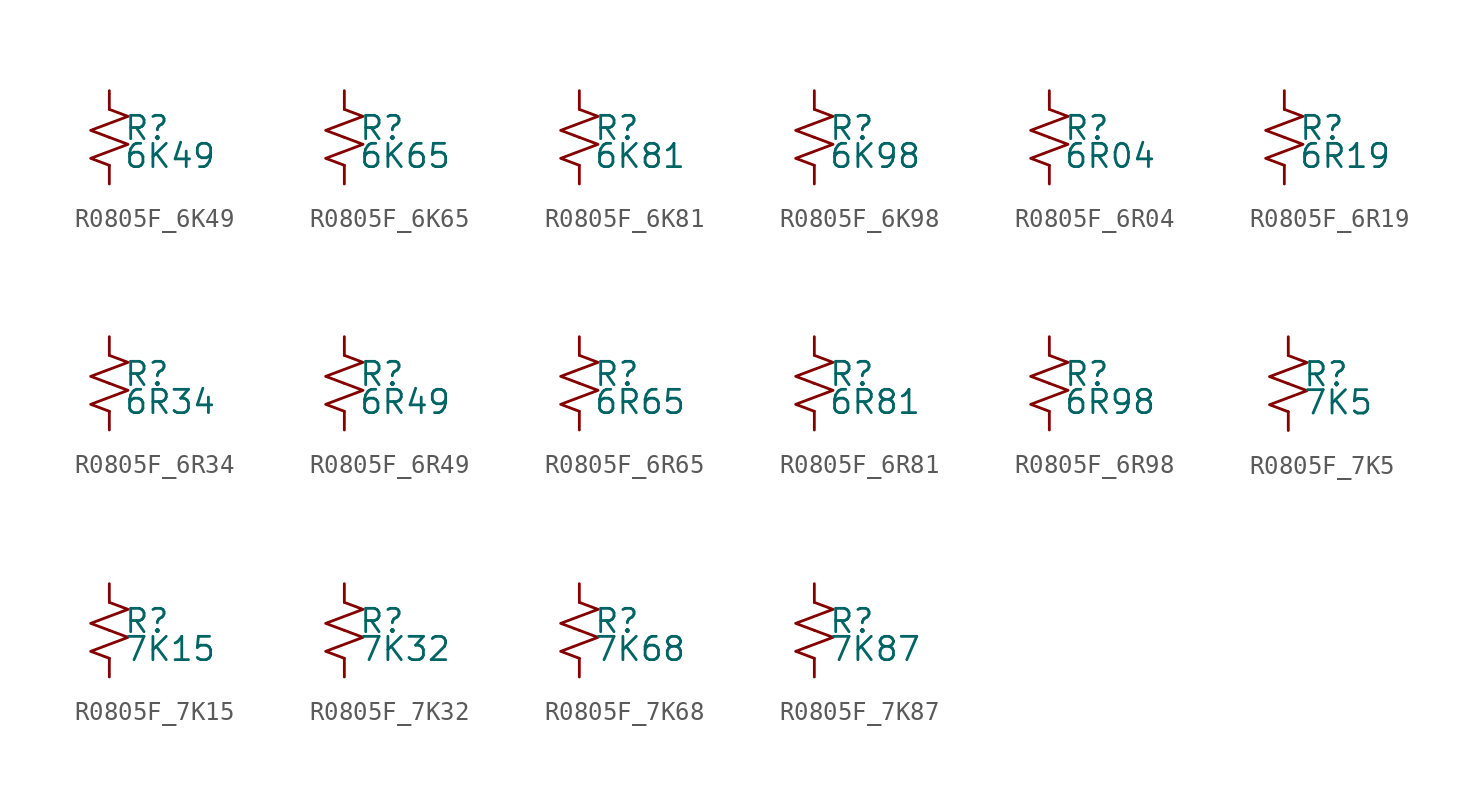
<source format=kicad_sym>
(kicad_symbol_lib
  (version 20220914)
  (generator kicad_symbol_editor)
  (symbol "R0805F_6K49"
    (pin_numbers hide)
    (pin_names
      (offset 0.254) hide)
    (property "Reference" "R"
      (at 0.762 0.508 0)
      (effects (font (size 1.27 1.27)) (justify left)))
    (property "Value" "6K49"
      (at 0.762 -1.016 0)
      (effects (font (size 1.27 1.27)) (justify left)))
    (symbol "R0805F_6K49_1_1"
      (polyline (pts (xy 0 0) (xy 1.016 -0.381) (xy 0 -0.762) (xy -1.016 -1.143) (xy 0 -1.524)) (stroke (width 0) (type default)) (fill (type none)))
      (polyline (pts (xy 0 1.524) (xy 1.016 1.143) (xy 0 0.762) (xy -1.016 0.381) (xy 0 0)) (stroke (width 0) (type default)) (fill (type none)))
      (pin passive line (at 0 2.54 270) (length 1.016) (name "~" (effects (font (size 1.27 1.27)))) (number "1" (effects (font (size 1.27 1.27)))))
      (pin passive line (at 0 -2.54 90) (length 1.016) (name "~" (effects (font (size 1.27 1.27)))) (number "2" (effects (font (size 1.27 1.27)))))))
  (symbol "R0805F_6K65"
    (pin_numbers hide)
    (pin_names
      (offset 0.254) hide)
    (property "Reference" "R"
      (at 0.762 0.508 0)
      (effects (font (size 1.27 1.27)) (justify left)))
    (property "Value" "6K65"
      (at 0.762 -1.016 0)
      (effects (font (size 1.27 1.27)) (justify left)))
    (symbol "R0805F_6K65_1_1"
      (polyline (pts (xy 0 0) (xy 1.016 -0.381) (xy 0 -0.762) (xy -1.016 -1.143) (xy 0 -1.524)) (stroke (width 0) (type default)) (fill (type none)))
      (polyline (pts (xy 0 1.524) (xy 1.016 1.143) (xy 0 0.762) (xy -1.016 0.381) (xy 0 0)) (stroke (width 0) (type default)) (fill (type none)))
      (pin passive line (at 0 2.54 270) (length 1.016) (name "~" (effects (font (size 1.27 1.27)))) (number "1" (effects (font (size 1.27 1.27)))))
      (pin passive line (at 0 -2.54 90) (length 1.016) (name "~" (effects (font (size 1.27 1.27)))) (number "2" (effects (font (size 1.27 1.27)))))))
  (symbol "R0805F_6K81"
    (pin_numbers hide)
    (pin_names
      (offset 0.254) hide)
    (property "Reference" "R"
      (at 0.762 0.508 0)
      (effects (font (size 1.27 1.27)) (justify left)))
    (property "Value" "6K81"
      (at 0.762 -1.016 0)
      (effects (font (size 1.27 1.27)) (justify left)))
    (symbol "R0805F_6K81_1_1"
      (polyline (pts (xy 0 0) (xy 1.016 -0.381) (xy 0 -0.762) (xy -1.016 -1.143) (xy 0 -1.524)) (stroke (width 0) (type default)) (fill (type none)))
      (polyline (pts (xy 0 1.524) (xy 1.016 1.143) (xy 0 0.762) (xy -1.016 0.381) (xy 0 0)) (stroke (width 0) (type default)) (fill (type none)))
      (pin passive line (at 0 2.54 270) (length 1.016) (name "~" (effects (font (size 1.27 1.27)))) (number "1" (effects (font (size 1.27 1.27)))))
      (pin passive line (at 0 -2.54 90) (length 1.016) (name "~" (effects (font (size 1.27 1.27)))) (number "2" (effects (font (size 1.27 1.27)))))))
  (symbol "R0805F_6K98"
    (pin_numbers hide)
    (pin_names
      (offset 0.254) hide)
    (property "Reference" "R"
      (at 0.762 0.508 0)
      (effects (font (size 1.27 1.27)) (justify left)))
    (property "Value" "6K98"
      (at 0.762 -1.016 0)
      (effects (font (size 1.27 1.27)) (justify left)))
    (symbol "R0805F_6K98_1_1"
      (polyline (pts (xy 0 0) (xy 1.016 -0.381) (xy 0 -0.762) (xy -1.016 -1.143) (xy 0 -1.524)) (stroke (width 0) (type default)) (fill (type none)))
      (polyline (pts (xy 0 1.524) (xy 1.016 1.143) (xy 0 0.762) (xy -1.016 0.381) (xy 0 0)) (stroke (width 0) (type default)) (fill (type none)))
      (pin passive line (at 0 2.54 270) (length 1.016) (name "~" (effects (font (size 1.27 1.27)))) (number "1" (effects (font (size 1.27 1.27)))))
      (pin passive line (at 0 -2.54 90) (length 1.016) (name "~" (effects (font (size 1.27 1.27)))) (number "2" (effects (font (size 1.27 1.27)))))))
  (symbol "R0805F_6R04"
    (pin_numbers hide)
    (pin_names
      (offset 0.254) hide)
    (property "Reference" "R"
      (at 0.762 0.508 0)
      (effects (font (size 1.27 1.27)) (justify left)))
    (property "Value" "6R04"
      (at 0.762 -1.016 0)
      (effects (font (size 1.27 1.27)) (justify left)))
    (symbol "R0805F_6R04_1_1"
      (polyline (pts (xy 0 0) (xy 1.016 -0.381) (xy 0 -0.762) (xy -1.016 -1.143) (xy 0 -1.524)) (stroke (width 0) (type default)) (fill (type none)))
      (polyline (pts (xy 0 1.524) (xy 1.016 1.143) (xy 0 0.762) (xy -1.016 0.381) (xy 0 0)) (stroke (width 0) (type default)) (fill (type none)))
      (pin passive line (at 0 2.54 270) (length 1.016) (name "~" (effects (font (size 1.27 1.27)))) (number "1" (effects (font (size 1.27 1.27)))))
      (pin passive line (at 0 -2.54 90) (length 1.016) (name "~" (effects (font (size 1.27 1.27)))) (number "2" (effects (font (size 1.27 1.27)))))))
  (symbol "R0805F_6R19"
    (pin_numbers hide)
    (pin_names
      (offset 0.254) hide)
    (property "Reference" "R"
      (at 0.762 0.508 0)
      (effects (font (size 1.27 1.27)) (justify left)))
    (property "Value" "6R19"
      (at 0.762 -1.016 0)
      (effects (font (size 1.27 1.27)) (justify left)))
    (symbol "R0805F_6R19_1_1"
      (polyline (pts (xy 0 0) (xy 1.016 -0.381) (xy 0 -0.762) (xy -1.016 -1.143) (xy 0 -1.524)) (stroke (width 0) (type default)) (fill (type none)))
      (polyline (pts (xy 0 1.524) (xy 1.016 1.143) (xy 0 0.762) (xy -1.016 0.381) (xy 0 0)) (stroke (width 0) (type default)) (fill (type none)))
      (pin passive line (at 0 2.54 270) (length 1.016) (name "~" (effects (font (size 1.27 1.27)))) (number "1" (effects (font (size 1.27 1.27)))))
      (pin passive line (at 0 -2.54 90) (length 1.016) (name "~" (effects (font (size 1.27 1.27)))) (number "2" (effects (font (size 1.27 1.27)))))))
  (symbol "R0805F_6R34"
    (pin_numbers hide)
    (pin_names
      (offset 0.254) hide)
    (property "Reference" "R"
      (at 0.762 0.508 0)
      (effects (font (size 1.27 1.27)) (justify left)))
    (property "Value" "6R34"
      (at 0.762 -1.016 0)
      (effects (font (size 1.27 1.27)) (justify left)))
    (symbol "R0805F_6R34_1_1"
      (polyline (pts (xy 0 0) (xy 1.016 -0.381) (xy 0 -0.762) (xy -1.016 -1.143) (xy 0 -1.524)) (stroke (width 0) (type default)) (fill (type none)))
      (polyline (pts (xy 0 1.524) (xy 1.016 1.143) (xy 0 0.762) (xy -1.016 0.381) (xy 0 0)) (stroke (width 0) (type default)) (fill (type none)))
      (pin passive line (at 0 2.54 270) (length 1.016) (name "~" (effects (font (size 1.27 1.27)))) (number "1" (effects (font (size 1.27 1.27)))))
      (pin passive line (at 0 -2.54 90) (length 1.016) (name "~" (effects (font (size 1.27 1.27)))) (number "2" (effects (font (size 1.27 1.27)))))))
  (symbol "R0805F_6R49"
    (pin_numbers hide)
    (pin_names
      (offset 0.254) hide)
    (property "Reference" "R"
      (at 0.762 0.508 0)
      (effects (font (size 1.27 1.27)) (justify left)))
    (property "Value" "6R49"
      (at 0.762 -1.016 0)
      (effects (font (size 1.27 1.27)) (justify left)))
    (symbol "R0805F_6R49_1_1"
      (polyline (pts (xy 0 0) (xy 1.016 -0.381) (xy 0 -0.762) (xy -1.016 -1.143) (xy 0 -1.524)) (stroke (width 0) (type default)) (fill (type none)))
      (polyline (pts (xy 0 1.524) (xy 1.016 1.143) (xy 0 0.762) (xy -1.016 0.381) (xy 0 0)) (stroke (width 0) (type default)) (fill (type none)))
      (pin passive line (at 0 2.54 270) (length 1.016) (name "~" (effects (font (size 1.27 1.27)))) (number "1" (effects (font (size 1.27 1.27)))))
      (pin passive line (at 0 -2.54 90) (length 1.016) (name "~" (effects (font (size 1.27 1.27)))) (number "2" (effects (font (size 1.27 1.27)))))))
  (symbol "R0805F_6R65"
    (pin_numbers hide)
    (pin_names
      (offset 0.254) hide)
    (property "Reference" "R"
      (at 0.762 0.508 0)
      (effects (font (size 1.27 1.27)) (justify left)))
    (property "Value" "6R65"
      (at 0.762 -1.016 0)
      (effects (font (size 1.27 1.27)) (justify left)))
    (symbol "R0805F_6R65_1_1"
      (polyline (pts (xy 0 0) (xy 1.016 -0.381) (xy 0 -0.762) (xy -1.016 -1.143) (xy 0 -1.524)) (stroke (width 0) (type default)) (fill (type none)))
      (polyline (pts (xy 0 1.524) (xy 1.016 1.143) (xy 0 0.762) (xy -1.016 0.381) (xy 0 0)) (stroke (width 0) (type default)) (fill (type none)))
      (pin passive line (at 0 2.54 270) (length 1.016) (name "~" (effects (font (size 1.27 1.27)))) (number "1" (effects (font (size 1.27 1.27)))))
      (pin passive line (at 0 -2.54 90) (length 1.016) (name "~" (effects (font (size 1.27 1.27)))) (number "2" (effects (font (size 1.27 1.27)))))))
  (symbol "R0805F_6R81"
    (pin_numbers hide)
    (pin_names
      (offset 0.254) hide)
    (property "Reference" "R"
      (at 0.762 0.508 0)
      (effects (font (size 1.27 1.27)) (justify left)))
    (property "Value" "6R81"
      (at 0.762 -1.016 0)
      (effects (font (size 1.27 1.27)) (justify left)))
    (symbol "R0805F_6R81_1_1"
      (polyline (pts (xy 0 0) (xy 1.016 -0.381) (xy 0 -0.762) (xy -1.016 -1.143) (xy 0 -1.524)) (stroke (width 0) (type default)) (fill (type none)))
      (polyline (pts (xy 0 1.524) (xy 1.016 1.143) (xy 0 0.762) (xy -1.016 0.381) (xy 0 0)) (stroke (width 0) (type default)) (fill (type none)))
      (pin passive line (at 0 2.54 270) (length 1.016) (name "~" (effects (font (size 1.27 1.27)))) (number "1" (effects (font (size 1.27 1.27)))))
      (pin passive line (at 0 -2.54 90) (length 1.016) (name "~" (effects (font (size 1.27 1.27)))) (number "2" (effects (font (size 1.27 1.27)))))))
  (symbol "R0805F_6R98"
    (pin_numbers hide)
    (pin_names
      (offset 0.254) hide)
    (property "Reference" "R"
      (at 0.762 0.508 0)
      (effects (font (size 1.27 1.27)) (justify left)))
    (property "Value" "6R98"
      (at 0.762 -1.016 0)
      (effects (font (size 1.27 1.27)) (justify left)))
    (symbol "R0805F_6R98_1_1"
      (polyline (pts (xy 0 0) (xy 1.016 -0.381) (xy 0 -0.762) (xy -1.016 -1.143) (xy 0 -1.524)) (stroke (width 0) (type default)) (fill (type none)))
      (polyline (pts (xy 0 1.524) (xy 1.016 1.143) (xy 0 0.762) (xy -1.016 0.381) (xy 0 0)) (stroke (width 0) (type default)) (fill (type none)))
      (pin passive line (at 0 2.54 270) (length 1.016) (name "~" (effects (font (size 1.27 1.27)))) (number "1" (effects (font (size 1.27 1.27)))))
      (pin passive line (at 0 -2.54 90) (length 1.016) (name "~" (effects (font (size 1.27 1.27)))) (number "2" (effects (font (size 1.27 1.27)))))))
  (symbol "R0805F_7K5"
    (pin_numbers hide)
    (pin_names
      (offset 0.254) hide)
    (property "Reference" "R"
      (at 0.762 0.508 0)
      (effects (font (size 1.27 1.27)) (justify left)))
    (property "Value" "7K5"
      (at 0.762 -1.016 0)
      (effects (font (size 1.27 1.27)) (justify left)))
    (symbol "R0805F_7K5_1_1"
      (polyline (pts (xy 0 0) (xy 1.016 -0.381) (xy 0 -0.762) (xy -1.016 -1.143) (xy 0 -1.524)) (stroke (width 0) (type default)) (fill (type none)))
      (polyline (pts (xy 0 1.524) (xy 1.016 1.143) (xy 0 0.762) (xy -1.016 0.381) (xy 0 0)) (stroke (width 0) (type default)) (fill (type none)))
      (pin passive line (at 0 2.54 270) (length 1.016) (name "~" (effects (font (size 1.27 1.27)))) (number "1" (effects (font (size 1.27 1.27)))))
      (pin passive line (at 0 -2.54 90) (length 1.016) (name "~" (effects (font (size 1.27 1.27)))) (number "2" (effects (font (size 1.27 1.27)))))))
  (symbol "R0805F_7K15"
    (pin_numbers hide)
    (pin_names
      (offset 0.254) hide)
    (property "Reference" "R"
      (at 0.762 0.508 0)
      (effects (font (size 1.27 1.27)) (justify left)))
    (property "Value" "7K15"
      (at 0.762 -1.016 0)
      (effects (font (size 1.27 1.27)) (justify left)))
    (symbol "R0805F_7K15_1_1"
      (polyline (pts (xy 0 0) (xy 1.016 -0.381) (xy 0 -0.762) (xy -1.016 -1.143) (xy 0 -1.524)) (stroke (width 0) (type default)) (fill (type none)))
      (polyline (pts (xy 0 1.524) (xy 1.016 1.143) (xy 0 0.762) (xy -1.016 0.381) (xy 0 0)) (stroke (width 0) (type default)) (fill (type none)))
      (pin passive line (at 0 2.54 270) (length 1.016) (name "~" (effects (font (size 1.27 1.27)))) (number "1" (effects (font (size 1.27 1.27)))))
      (pin passive line (at 0 -2.54 90) (length 1.016) (name "~" (effects (font (size 1.27 1.27)))) (number "2" (effects (font (size 1.27 1.27)))))))
  (symbol "R0805F_7K32"
    (pin_numbers hide)
    (pin_names
      (offset 0.254) hide)
    (property "Reference" "R"
      (at 0.762 0.508 0)
      (effects (font (size 1.27 1.27)) (justify left)))
    (property "Value" "7K32"
      (at 0.762 -1.016 0)
      (effects (font (size 1.27 1.27)) (justify left)))
    (symbol "R0805F_7K32_1_1"
      (polyline (pts (xy 0 0) (xy 1.016 -0.381) (xy 0 -0.762) (xy -1.016 -1.143) (xy 0 -1.524)) (stroke (width 0) (type default)) (fill (type none)))
      (polyline (pts (xy 0 1.524) (xy 1.016 1.143) (xy 0 0.762) (xy -1.016 0.381) (xy 0 0)) (stroke (width 0) (type default)) (fill (type none)))
      (pin passive line (at 0 2.54 270) (length 1.016) (name "~" (effects (font (size 1.27 1.27)))) (number "1" (effects (font (size 1.27 1.27)))))
      (pin passive line (at 0 -2.54 90) (length 1.016) (name "~" (effects (font (size 1.27 1.27)))) (number "2" (effects (font (size 1.27 1.27)))))))
  (symbol "R0805F_7K68"
    (pin_numbers hide)
    (pin_names
      (offset 0.254) hide)
    (property "Reference" "R"
      (at 0.762 0.508 0)
      (effects (font (size 1.27 1.27)) (justify left)))
    (property "Value" "7K68"
      (at 0.762 -1.016 0)
      (effects (font (size 1.27 1.27)) (justify left)))
    (symbol "R0805F_7K68_1_1"
      (polyline (pts (xy 0 0) (xy 1.016 -0.381) (xy 0 -0.762) (xy -1.016 -1.143) (xy 0 -1.524)) (stroke (width 0) (type default)) (fill (type none)))
      (polyline (pts (xy 0 1.524) (xy 1.016 1.143) (xy 0 0.762) (xy -1.016 0.381) (xy 0 0)) (stroke (width 0) (type default)) (fill (type none)))
      (pin passive line (at 0 2.54 270) (length 1.016) (name "~" (effects (font (size 1.27 1.27)))) (number "1" (effects (font (size 1.27 1.27)))))
      (pin passive line (at 0 -2.54 90) (length 1.016) (name "~" (effects (font (size 1.27 1.27)))) (number "2" (effects (font (size 1.27 1.27)))))))
  (symbol "R0805F_7K87"
    (pin_numbers hide)
    (pin_names
      (offset 0.254) hide)
    (property "Reference" "R"
      (at 0.762 0.508 0)
      (effects (font (size 1.27 1.27)) (justify left)))
    (property "Value" "7K87"
      (at 0.762 -1.016 0)
      (effects (font (size 1.27 1.27)) (justify left)))
    (symbol "R0805F_7K87_1_1"
      (polyline (pts (xy 0 0) (xy 1.016 -0.381) (xy 0 -0.762) (xy -1.016 -1.143) (xy 0 -1.524)) (stroke (width 0) (type default)) (fill (type none)))
      (polyline (pts (xy 0 1.524) (xy 1.016 1.143) (xy 0 0.762) (xy -1.016 0.381) (xy 0 0)) (stroke (width 0) (type default)) (fill (type none)))
      (pin passive line (at 0 2.54 270) (length 1.016) (name "~" (effects (font (size 1.27 1.27)))) (number "1" (effects (font (size 1.27 1.27)))))
      (pin passive line (at 0 -2.54 90) (length 1.016) (name "~" (effects (font (size 1.27 1.27)))) (number "2" (effects (font (size 1.27 1.27))))))))
</source>
